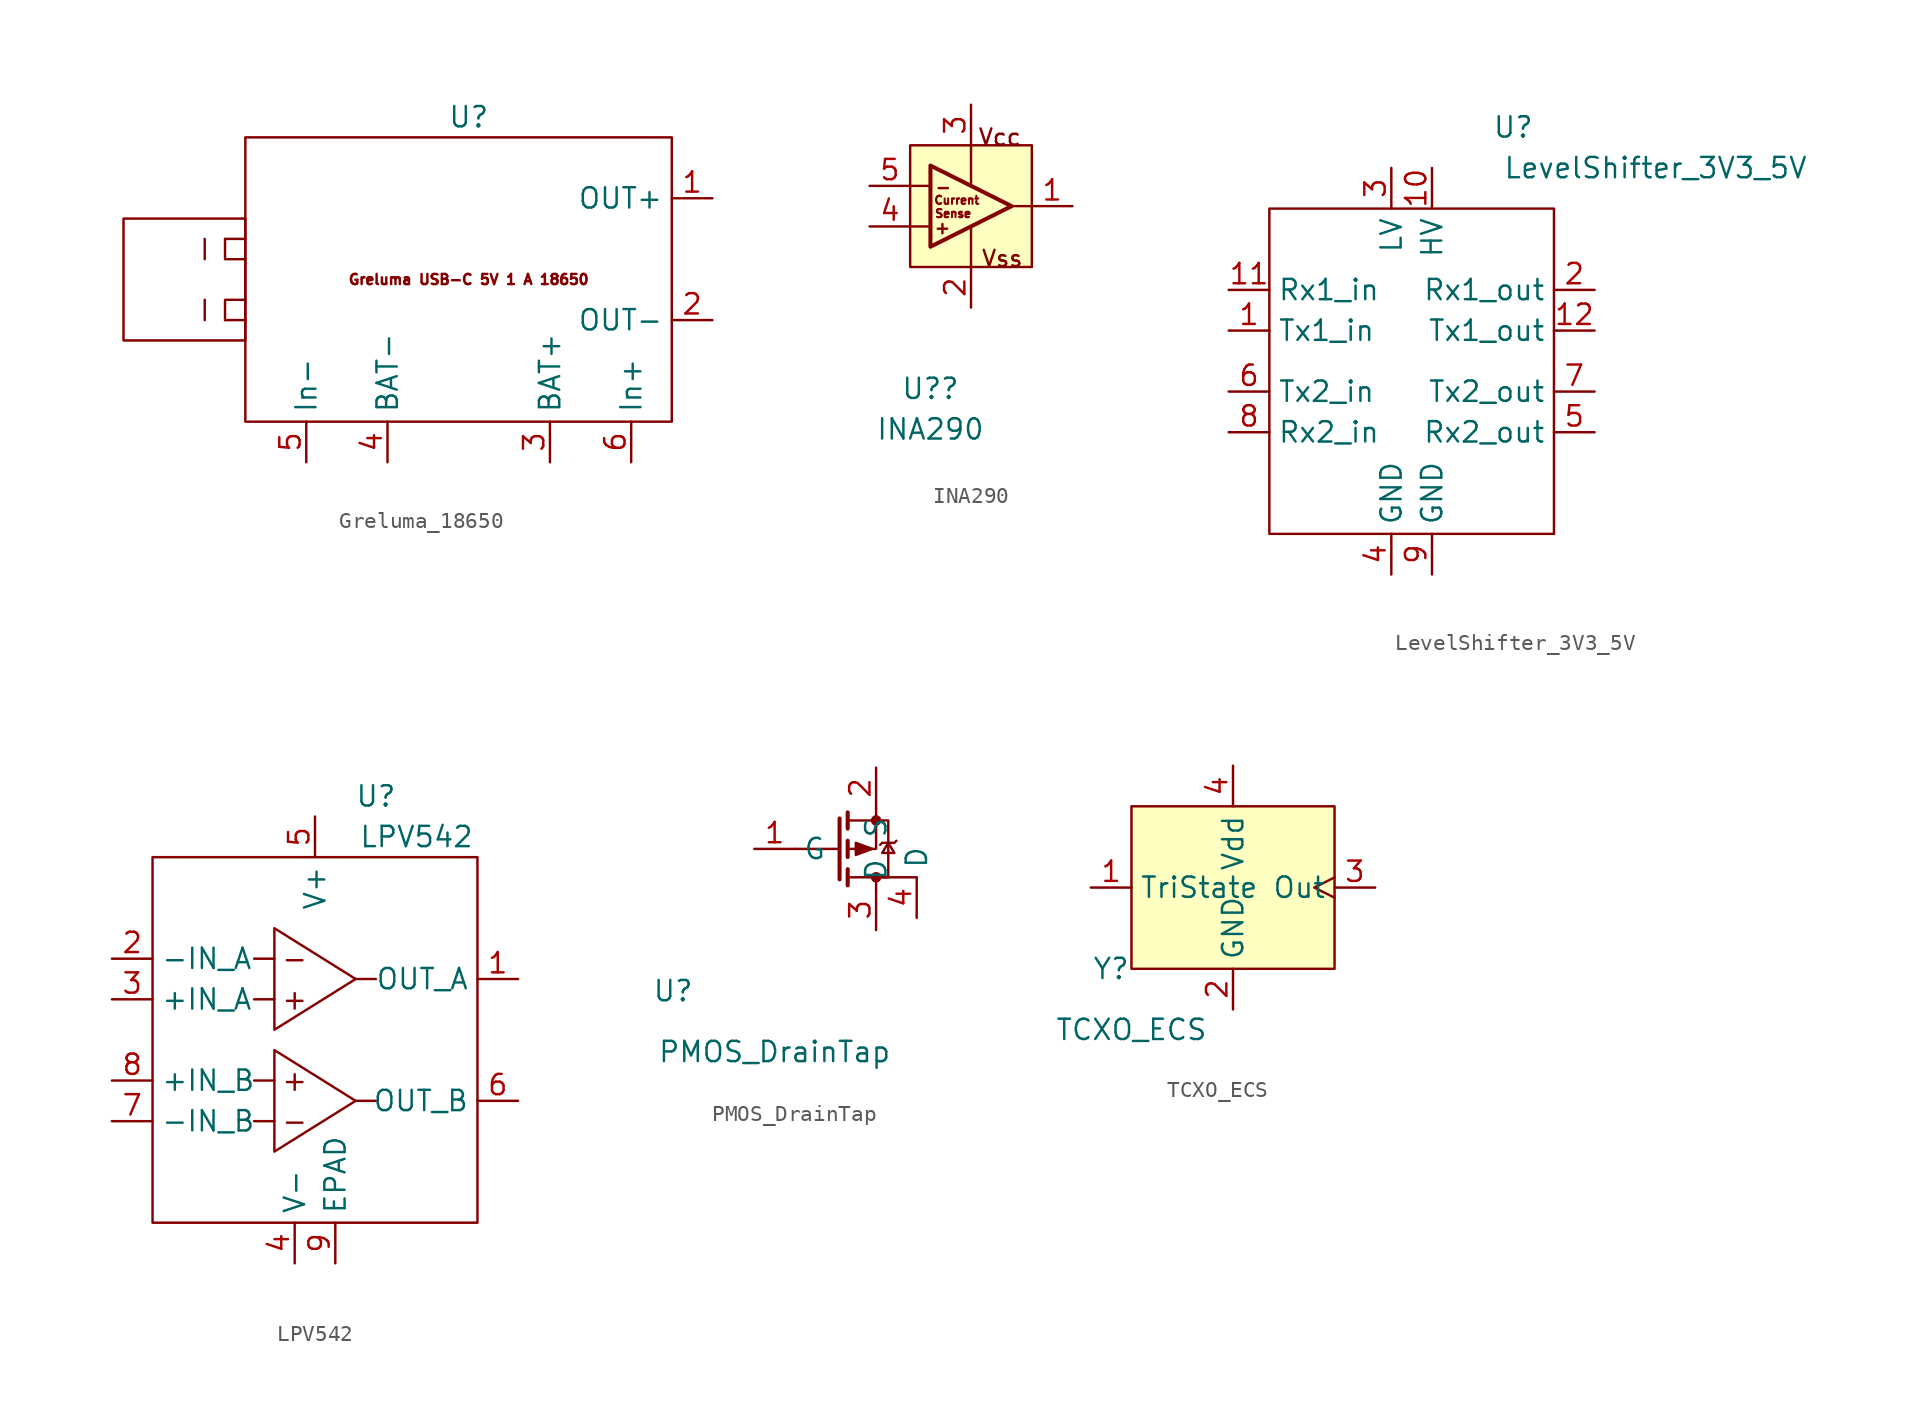
<source format=kicad_sym>
(kicad_symbol_lib
  (version 20220914)
  (generator kicad_symbol_editor)
  (symbol "Greluma_18650"
    (property "Reference" "U"
      (at 0 10.16 0)
      (effects (font (size 1.27 1.27))))
    (property "Value" ""
      (at 0 0 0)
      (effects (font (size 1.27 1.27))))
    (symbol "Greluma_18650_0_1"
      (rectangle (start -21.59 3.81) (end -13.97 -3.81) (stroke (width 0) (type default)) (fill (type none)))
      (rectangle (start -13.97 8.89) (end 12.7 -8.89) (stroke (width 0) (type default)) (fill (type none)))
      (polyline (pts (xy -16.51 -1.27) (xy -16.51 -2.54)) (stroke (width 0) (type default)) (fill (type none)))
      (polyline (pts (xy -16.51 1.27) (xy -16.51 2.54)) (stroke (width 0) (type default)) (fill (type none)))
      (polyline (pts (xy -13.97 -2.54) (xy -15.24 -2.54)) (stroke (width 0) (type default)) (fill (type none)))
      (polyline (pts (xy -13.97 2.54) (xy -15.24 2.54)) (stroke (width 0) (type default)) (fill (type none)))
      (polyline (pts (xy -15.24 -2.54) (xy -15.24 -1.27) (xy -13.97 -1.27)) (stroke (width 0) (type default)) (fill (type none)))
      (polyline (pts (xy -15.24 2.54) (xy -15.24 1.27) (xy -13.97 1.27)) (stroke (width 0) (type default)) (fill (type none))))
    (symbol "Greluma_18650_1_1"
      (text "Greluma USB-C 5V 1 A 18650" (at 0 0 0) (effects (font (size 0.635 0.635))))
      (pin output line (at 15.24 5.08 180) (length 2.54) (name "OUT+" (effects (font (size 1.27 1.27)))) (number "1" (effects (font (size 1.27 1.27)))))
      (pin output line (at 15.24 -2.54 180) (length 2.54) (name "OUT-" (effects (font (size 1.27 1.27)))) (number "2" (effects (font (size 1.27 1.27)))))
      (pin output line (at 5.08 -11.43 90) (length 2.54) (name "BAT+" (effects (font (size 1.27 1.27)))) (number "3" (effects (font (size 1.27 1.27)))))
      (pin output line (at -5.08 -11.43 90) (length 2.54) (name "BAT-" (effects (font (size 1.27 1.27)))) (number "4" (effects (font (size 1.27 1.27)))))
      (pin input line (at -10.16 -11.43 90) (length 2.54) (name "In-" (effects (font (size 1.27 1.27)))) (number "5" (effects (font (size 1.27 1.27)))))
      (pin input line (at 10.16 -11.43 90) (length 2.54) (name "In+" (effects (font (size 1.27 1.27)))) (number "6" (effects (font (size 1.27 1.27)))))))
  (symbol "INA290"
    (property "Reference" "U?"
      (at 1.27 -7.62 0)
      (effects (font (size 1.27 1.27))))
    (property "Value" "INA290"
      (at 1.27 -10.16 0)
      (effects (font (size 1.27 1.27))))
    (symbol "INA290_1_0"
      (polyline (pts (xy 0 2.54) (xy 1.27 2.54)) (stroke (width 0) (type default)) (fill (type none)))
      (polyline (pts (xy 1.27 5.08) (xy 0 5.08)) (stroke (width 0) (type default)) (fill (type none)))
      (polyline (pts (xy 3.81 0) (xy 3.81 2.54)) (stroke (width 0) (type default)) (fill (type none)))
      (polyline (pts (xy 3.81 7.62) (xy 3.81 5.08)) (stroke (width 0) (type default)) (fill (type none)))
      (polyline (pts (xy 7.62 3.81) (xy 6.35 3.81)) (stroke (width 0) (type default)) (fill (type none)))
      (polyline (pts (xy 1.27 6.35) (xy 1.27 1.27) (xy 6.35 3.81) (xy 1.27 6.35)) (stroke (width 0.254) (type default)) (fill (type none)))
      (rectangle (start 0 7.62) (end 7.62 0) (stroke (width 0) (type default)) (fill (type background)))
      (text "+" (at 1.448 2.007 0) (effects (font (size 0.762 0.762)) (justify left bottom)))
      (text "-" (at 1.499 4.547 0) (effects (font (size 0.762 0.762)) (justify left bottom)))
      (text "Current" (at 1.448 3.886 0) (effects (font (size 0.508 0.508)) (justify left bottom)))
      (text "Sense" (at 1.499 3.048 0) (effects (font (size 0.508 0.508)) (justify left bottom)))
      (text "Vcc" (at 4.21 7.53 0) (effects (font (size 1.016 1.016)) (justify left bottom)))
      (text "Vss" (at 4.41 -0.07 0) (effects (font (size 1.016 1.016)) (justify left bottom)))
      (pin output line (at 10.16 3.81 180) (length 2.54) (name "OUT" (effects (font (size 0 0)))) (number "1" (effects (font (size 1.27 1.27)))))
      (pin passive line (at 3.81 -2.54 90) (length 2.54) (name "VSS" (effects (font (size 0 0)))) (number "2" (effects (font (size 1.27 1.27)))))
      (pin passive line (at 3.81 10.16 270) (length 2.54) (name "VCC" (effects (font (size 0 0)))) (number "3" (effects (font (size 1.27 1.27)))))
      (pin input line (at -2.54 2.54 0) (length 2.54) (name "IN+" (effects (font (size 0 0)))) (number "4" (effects (font (size 1.27 1.27)))))
      (pin input line (at -2.54 5.08 0) (length 2.54) (name "IN-" (effects (font (size 0 0)))) (number "5" (effects (font (size 1.27 1.27)))))))
  (symbol "LevelShifter_3V3_5V"
    (property "Reference" "U"
      (at 36.83 35.56 0)
      (effects (font (size 1.27 1.27))))
    (property "Value" "LevelShifter_3V3_5V"
      (at 45.72 33.02 0)
      (effects (font (size 1.27 1.27))))
    (symbol "LevelShifter_3V3_5V_0_0"
      (pin unspecified line (at 19.05 22.86 0) (length 2.54) (name "Tx1_in" (effects (font (size 1.27 1.27)))) (number "1" (effects (font (size 1.27 1.27)))))
      (pin unspecified line (at 31.75 33.02 270) (length 2.54) (name "HV" (effects (font (size 1.27 1.27)))) (number "10" (effects (font (size 1.27 1.27)))))
      (pin unspecified line (at 19.05 25.4 0) (length 2.54) (name "Rx1_in" (effects (font (size 1.27 1.27)))) (number "11" (effects (font (size 1.27 1.27)))))
      (pin unspecified line (at 41.91 22.86 180) (length 2.54) (name "Tx1_out" (effects (font (size 1.27 1.27)))) (number "12" (effects (font (size 1.27 1.27)))))
      (pin unspecified line (at 41.91 25.4 180) (length 2.54) (name "Rx1_out" (effects (font (size 1.27 1.27)))) (number "2" (effects (font (size 1.27 1.27)))))
      (pin unspecified line (at 29.21 33.02 270) (length 2.54) (name "LV" (effects (font (size 1.27 1.27)))) (number "3" (effects (font (size 1.27 1.27)))))
      (pin unspecified line (at 29.21 7.62 90) (length 2.54) (name "GND" (effects (font (size 1.27 1.27)))) (number "4" (effects (font (size 1.27 1.27)))))
      (pin unspecified line (at 41.91 16.51 180) (length 2.54) (name "Rx2_out" (effects (font (size 1.27 1.27)))) (number "5" (effects (font (size 1.27 1.27)))))
      (pin unspecified line (at 19.05 19.05 0) (length 2.54) (name "Tx2_in" (effects (font (size 1.27 1.27)))) (number "6" (effects (font (size 1.27 1.27)))))
      (pin unspecified line (at 41.91 19.05 180) (length 2.54) (name "Tx2_out" (effects (font (size 1.27 1.27)))) (number "7" (effects (font (size 1.27 1.27)))))
      (pin unspecified line (at 19.05 16.51 0) (length 2.54) (name "Rx2_in" (effects (font (size 1.27 1.27)))) (number "8" (effects (font (size 1.27 1.27)))))
      (pin unspecified line (at 31.75 7.62 90) (length 2.54) (name "GND" (effects (font (size 1.27 1.27)))) (number "9" (effects (font (size 1.27 1.27))))))
    (symbol "LevelShifter_3V3_5V_0_1"
      (rectangle (start 21.59 30.48) (end 39.37 10.16) (stroke (width 0) (type default)) (fill (type none)))))
  (symbol "LPV542"
    (property "Reference" "U"
      (at 3.81 15.24 0)
      (effects (font (size 1.27 1.27))))
    (property "Value" "LPV542"
      (at 6.35 12.7 0)
      (effects (font (size 1.27 1.27))))
    (symbol "LPV542_0_0"
      (text "+" (at -1.27 -2.54 0) (effects (font (size 1.27 1.27))))
      (text "+" (at -1.27 2.54 0) (effects (font (size 1.27 1.27))))
      (text "-" (at -1.27 -5.08 0) (effects (font (size 1.27 1.27))))
      (text "-" (at -1.27 5.08 0) (effects (font (size 1.27 1.27))))
      (pin unspecified line (at 12.7 3.81 180) (length 2.54) (name "OUT_A" (effects (font (size 1.27 1.27)))) (number "1" (effects (font (size 1.27 1.27)))))
      (pin unspecified line (at -12.7 5.08 0) (length 2.54) (name "-IN_A" (effects (font (size 1.27 1.27)))) (number "2" (effects (font (size 1.27 1.27)))))
      (pin unspecified line (at -12.7 2.54 0) (length 2.54) (name "+IN_A" (effects (font (size 1.27 1.27)))) (number "3" (effects (font (size 1.27 1.27)))))
      (pin unspecified line (at -1.27 -13.97 90) (length 2.54) (name "V-" (effects (font (size 1.27 1.27)))) (number "4" (effects (font (size 1.27 1.27)))))
      (pin unspecified line (at 0 13.97 270) (length 2.54) (name "V+" (effects (font (size 1.27 1.27)))) (number "5" (effects (font (size 1.27 1.27)))))
      (pin unspecified line (at 12.7 -3.81 180) (length 2.54) (name "OUT_B" (effects (font (size 1.27 1.27)))) (number "6" (effects (font (size 1.27 1.27)))))
      (pin unspecified line (at -12.7 -5.08 0) (length 2.54) (name "-IN_B" (effects (font (size 1.27 1.27)))) (number "7" (effects (font (size 1.27 1.27)))))
      (pin unspecified line (at -12.7 -2.54 0) (length 2.54) (name "+IN_B" (effects (font (size 1.27 1.27)))) (number "8" (effects (font (size 1.27 1.27)))))
      (pin unspecified line (at 1.27 -13.97 90) (length 2.54) (name "EPAD" (effects (font (size 1.27 1.27)))) (number "9" (effects (font (size 1.27 1.27))))))
    (symbol "LPV542_0_1"
      (rectangle (start -10.16 11.43) (end 10.16 -11.43) (stroke (width 0) (type default)) (fill (type none)))
      (polyline (pts (xy -2.54 -5.08) (xy -3.81 -5.08)) (stroke (width 0) (type default)) (fill (type none)))
      (polyline (pts (xy -2.54 -2.54) (xy -3.81 -2.54)) (stroke (width 0) (type default)) (fill (type none)))
      (polyline (pts (xy -2.54 2.54) (xy -3.81 2.54)) (stroke (width 0) (type default)) (fill (type none)))
      (polyline (pts (xy -2.54 5.08) (xy -3.81 5.08)) (stroke (width 0) (type default)) (fill (type none)))
      (polyline (pts (xy 2.54 -3.81) (xy 3.81 -3.81)) (stroke (width 0) (type default)) (fill (type none)))
      (polyline (pts (xy 2.54 3.81) (xy 3.81 3.81)) (stroke (width 0) (type default)) (fill (type none)))
      (polyline (pts (xy 2.54 -3.81) (xy -2.54 -0.635) (xy -2.54 -6.985) (xy 2.54 -3.81)) (stroke (width 0) (type default)) (fill (type none)))
      (polyline (pts (xy 2.54 3.81) (xy -2.54 6.985) (xy -2.54 0.635) (xy 2.54 3.81)) (stroke (width 0) (type default)) (fill (type none)))))
  (symbol "PMOS_DrainTap"
    (property "Reference" "U"
      (at -6.35 0 0)
      (effects (font (size 1.27 1.27))))
    (property "Value" "PMOS_DrainTap"
      (at 0 -3.81 0)
      (effects (font (size 1.27 1.27))))
    (symbol "PMOS_DrainTap_0_1"
      (polyline (pts (xy 4.064 8.89) (xy 1.27 8.89)) (stroke (width 0) (type default)) (fill (type none)))
      (polyline (pts (xy 4.064 10.795) (xy 4.064 6.985)) (stroke (width 0.254) (type default)) (fill (type none)))
      (polyline (pts (xy 4.572 7.62) (xy 4.572 6.604)) (stroke (width 0.254) (type default)) (fill (type none)))
      (polyline (pts (xy 4.572 9.398) (xy 4.572 8.382)) (stroke (width 0.254) (type default)) (fill (type none)))
      (polyline (pts (xy 4.572 11.176) (xy 4.572 10.16)) (stroke (width 0.254) (type default)) (fill (type none)))
      (polyline (pts (xy 6.35 11.43) (xy 6.35 8.89) (xy 4.572 8.89)) (stroke (width 0) (type default)) (fill (type none)))
      (polyline (pts (xy 8.89 7.112) (xy 6.35 7.112) (xy 6.35 6.35)) (stroke (width 0) (type default)) (fill (type none)))
      (polyline (pts (xy 4.572 10.668) (xy 7.112 10.668) (xy 7.112 7.112) (xy 4.572 7.112)) (stroke (width 0) (type default)) (fill (type none)))
      (polyline (pts (xy 6.096 8.89) (xy 5.08 9.271) (xy 5.08 8.509) (xy 6.096 8.89)) (stroke (width 0) (type default)) (fill (type outline)))
      (polyline (pts (xy 6.604 9.144) (xy 6.731 9.271) (xy 7.493 9.271) (xy 7.62 9.398)) (stroke (width 0) (type default)) (fill (type none)))
      (polyline (pts (xy 7.112 9.271) (xy 6.731 8.636) (xy 7.493 8.636) (xy 7.112 9.271)) (stroke (width 0) (type default)) (fill (type none)))
      (circle (center 6.35 7.112) (radius 0.254) (stroke (width 0) (type default)) (fill (type outline)))
      (circle (center 6.35 10.668) (radius 0.254) (stroke (width 0) (type default)) (fill (type outline))))
    (symbol "PMOS_DrainTap_1_1"
      (pin input line (at -1.27 8.89 0) (length 2.54) (name "G" (effects (font (size 1.27 1.27)))) (number "1" (effects (font (size 1.27 1.27)))))
      (pin passive line (at 6.35 13.97 270) (length 2.54) (name "S" (effects (font (size 1.27 1.27)))) (number "2" (effects (font (size 1.27 1.27)))))
      (pin passive line (at 6.35 3.81 90) (length 2.54) (name "D" (effects (font (size 1.27 1.27)))) (number "3" (effects (font (size 1.27 1.27)))))
      (pin passive line (at 8.89 4.572 90) (length 2.54) (name "D" (effects (font (size 1.27 1.27)))) (number "4" (effects (font (size 1.27 1.27)))))))
  (symbol "TCXO_ECS"
    (property "Reference" "Y"
      (at -1.27 -3.81 0)
      (effects (font (size 1.27 1.27))))
    (property "Value" "TCXO_ECS"
      (at 0 -7.62 0)
      (effects (font (size 1.27 1.27))))
    (symbol "TCXO_ECS_1_0"
      (rectangle (start 0 6.35) (end 12.7 -3.81) (stroke (width 0) (type default)) (fill (type background)))
      (pin input line (at -2.54 1.27 0) (length 2.54) (name "TriState" (effects (font (size 1.27 1.27)))) (number "1" (effects (font (size 1.27 1.27)))))
      (pin passive line (at 6.35 -6.35 90) (length 2.54) (name "GND" (effects (font (size 1.27 1.27)))) (number "2" (effects (font (size 1.27 1.27)))))
      (pin output clock (at 15.24 1.27 180) (length 2.54) (name "Out" (effects (font (size 1.27 1.27)))) (number "3" (effects (font (size 1.27 1.27)))))
      (pin passive line (at 6.35 8.89 270) (length 2.54) (name "Vdd" (effects (font (size 1.27 1.27)))) (number "4" (effects (font (size 1.27 1.27))))))))
</source>
